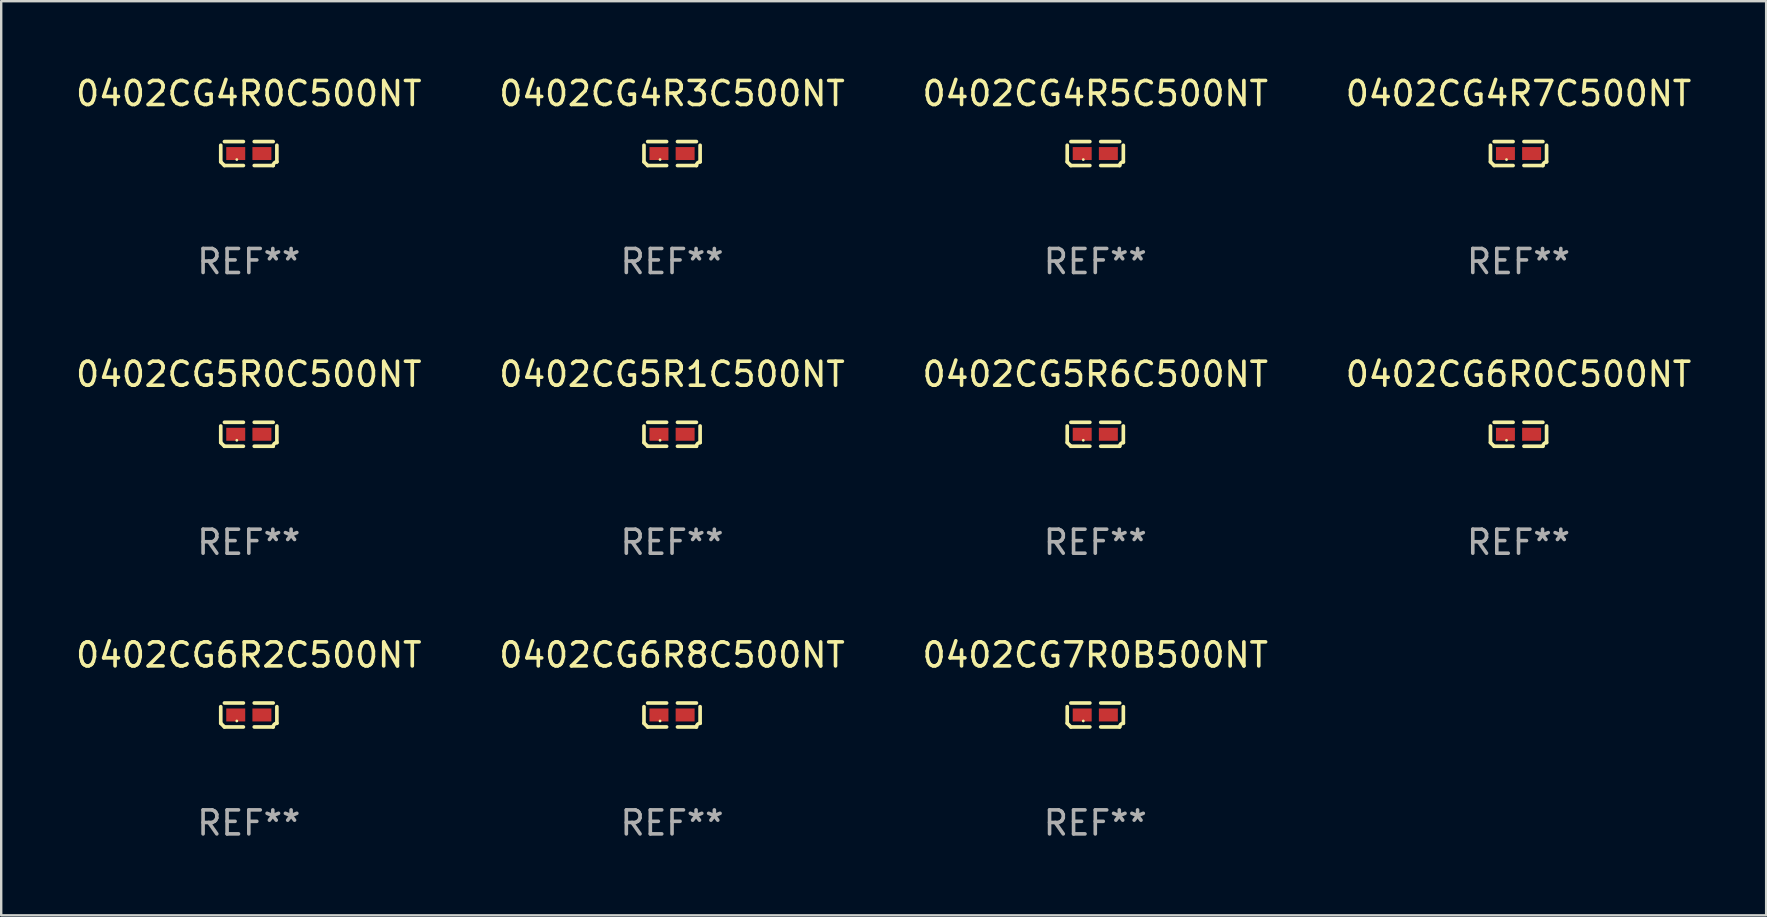
<source format=kicad_pcb>
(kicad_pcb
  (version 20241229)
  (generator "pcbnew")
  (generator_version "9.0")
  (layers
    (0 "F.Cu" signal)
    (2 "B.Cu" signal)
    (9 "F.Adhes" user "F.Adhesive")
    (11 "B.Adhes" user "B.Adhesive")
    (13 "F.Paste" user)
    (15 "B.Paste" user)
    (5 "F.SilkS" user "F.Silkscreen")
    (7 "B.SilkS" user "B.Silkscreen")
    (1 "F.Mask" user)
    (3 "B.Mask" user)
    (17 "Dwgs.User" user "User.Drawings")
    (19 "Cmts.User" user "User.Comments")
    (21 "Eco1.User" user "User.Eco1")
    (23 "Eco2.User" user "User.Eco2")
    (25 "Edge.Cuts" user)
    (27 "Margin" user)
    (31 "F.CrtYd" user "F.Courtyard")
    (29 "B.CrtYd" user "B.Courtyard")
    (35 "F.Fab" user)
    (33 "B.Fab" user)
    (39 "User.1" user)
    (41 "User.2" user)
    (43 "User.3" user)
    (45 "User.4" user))
  (footprint "0402CG4R0C500NT"
    (layer "F.Cu")
    (at 7.315 3.347)
    (property "Reference" "0402CG4R0C500NT" (at 0 -2.499 0) (layer "F.SilkS") (effects (font (size 1 1) (thickness 0.15))))
    (attr through_hole)
    (fp_line (start -1.169 0.346) (end -1.169 -0.346) (stroke (width 0.152) (type solid)) (layer "F.SilkS"))
    (fp_line (start -1.016 -0.499) (end -0.226 -0.499) (stroke (width 0.152) (type solid)) (layer "F.SilkS"))
    (fp_line (start -0.226 0.499) (end -1.016 0.499) (stroke (width 0.152) (type solid)) (layer "F.SilkS"))
    (fp_line (start 0.226 0.499) (end 1.016 0.499) (stroke (width 0.152) (type solid)) (layer "F.SilkS"))
    (fp_line (start 1.016 -0.499) (end 0.226 -0.499) (stroke (width 0.152) (type solid)) (layer "F.SilkS"))
    (fp_line (start 1.169 0.346) (end 1.169 -0.346) (stroke (width 0.152) (type solid)) (layer "F.SilkS"))
    (fp_arc (start -1.016307 0.498603) (mid -1.092512 0.422405) (end -1.16871 0.3462) (stroke (width 0.1524) (type solid)) (layer "F.SilkS"))
    (fp_arc (start 1.016307 0.498603) (mid 1.060899 0.390758) (end 1.168707 0.346076) (stroke (width 0.1524) (type solid)) (layer "F.SilkS"))
    (fp_circle (center -0.5 0.25) (end -0.47 0.25) (stroke (width 0.06) (type solid)) (fill no) (layer "F.SilkS"))
    (fp_text user "REF**" (at 0 4.499 0) (layer "F.Fab") (effects (font (size 1 1) (thickness 0.15))))
    (pad "1" smd rect (at -0.545 0) (size 0.79 0.54) (layers "F.Cu" "F.Mask" "F.Paste"))
    (pad "2" smd rect (at 0.545 0) (size 0.79 0.54) (layers "F.Cu" "F.Mask" "F.Paste")))
  (footprint "0402CG4R5C500NT"
    (layer "F.Cu")
    (at 42.577 3.347)
    (property "Reference" "0402CG4R5C500NT" (at 0 -2.499 0) (layer "F.SilkS") (effects (font (size 1 1) (thickness 0.15))))
    (attr through_hole)
    (fp_line (start -1.169 0.346) (end -1.169 -0.346) (stroke (width 0.152) (type solid)) (layer "F.SilkS"))
    (fp_line (start -1.016 -0.499) (end -0.226 -0.499) (stroke (width 0.152) (type solid)) (layer "F.SilkS"))
    (fp_line (start -0.226 0.499) (end -1.016 0.499) (stroke (width 0.152) (type solid)) (layer "F.SilkS"))
    (fp_line (start 0.226 0.499) (end 1.016 0.499) (stroke (width 0.152) (type solid)) (layer "F.SilkS"))
    (fp_line (start 1.016 -0.499) (end 0.226 -0.499) (stroke (width 0.152) (type solid)) (layer "F.SilkS"))
    (fp_line (start 1.169 0.346) (end 1.169 -0.346) (stroke (width 0.152) (type solid)) (layer "F.SilkS"))
    (fp_arc (start -1.016307 0.498603) (mid -1.092512 0.422405) (end -1.16871 0.3462) (stroke (width 0.1524) (type solid)) (layer "F.SilkS"))
    (fp_arc (start 1.016307 0.498603) (mid 1.060899 0.390758) (end 1.168707 0.346076) (stroke (width 0.1524) (type solid)) (layer "F.SilkS"))
    (fp_circle (center -0.5 0.25) (end -0.47 0.25) (stroke (width 0.06) (type solid)) (fill no) (layer "F.SilkS"))
    (fp_text user "REF**" (at 0 4.499 0) (layer "F.Fab") (effects (font (size 1 1) (thickness 0.15))))
    (pad "1" smd rect (at -0.545 0) (size 0.79 0.54) (layers "F.Cu" "F.Mask" "F.Paste"))
    (pad "2" smd rect (at 0.545 0) (size 0.79 0.54) (layers "F.Cu" "F.Mask" "F.Paste")))
  (footprint "0402CG6R8C500NT"
    (layer "F.Cu")
    (at 24.946 26.734)
    (property "Reference" "0402CG6R8C500NT" (at 0 -2.499 0) (layer "F.SilkS") (effects (font (size 1 1) (thickness 0.15))))
    (attr through_hole)
    (fp_line (start -1.169 0.346) (end -1.169 -0.346) (stroke (width 0.152) (type solid)) (layer "F.SilkS"))
    (fp_line (start -1.016 -0.499) (end -0.226 -0.499) (stroke (width 0.152) (type solid)) (layer "F.SilkS"))
    (fp_line (start -0.226 0.499) (end -1.016 0.499) (stroke (width 0.152) (type solid)) (layer "F.SilkS"))
    (fp_line (start 0.226 0.499) (end 1.016 0.499) (stroke (width 0.152) (type solid)) (layer "F.SilkS"))
    (fp_line (start 1.016 -0.499) (end 0.226 -0.499) (stroke (width 0.152) (type solid)) (layer "F.SilkS"))
    (fp_line (start 1.169 0.346) (end 1.169 -0.346) (stroke (width 0.152) (type solid)) (layer "F.SilkS"))
    (fp_arc (start -1.016307 0.498603) (mid -1.092512 0.422405) (end -1.16871 0.3462) (stroke (width 0.1524) (type solid)) (layer "F.SilkS"))
    (fp_arc (start 1.016307 0.498603) (mid 1.060899 0.390758) (end 1.168707 0.346076) (stroke (width 0.1524) (type solid)) (layer "F.SilkS"))
    (fp_circle (center -0.5 0.25) (end -0.47 0.25) (stroke (width 0.06) (type solid)) (fill no) (layer "F.SilkS"))
    (fp_text user "REF**" (at 0 4.499 0) (layer "F.Fab") (effects (font (size 1 1) (thickness 0.15))))
    (pad "1" smd rect (at -0.545 0) (size 0.79 0.54) (layers "F.Cu" "F.Mask" "F.Paste"))
    (pad "2" smd rect (at 0.545 0) (size 0.79 0.54) (layers "F.Cu" "F.Mask" "F.Paste")))
  (footprint "0402CG5R6C500NT"
    (layer "F.Cu")
    (at 42.577 15.041)
    (property "Reference" "0402CG5R6C500NT" (at 0 -2.499 0) (layer "F.SilkS") (effects (font (size 1 1) (thickness 0.15))))
    (attr through_hole)
    (fp_line (start -1.169 0.346) (end -1.169 -0.346) (stroke (width 0.152) (type solid)) (layer "F.SilkS"))
    (fp_line (start -1.016 -0.499) (end -0.226 -0.499) (stroke (width 0.152) (type solid)) (layer "F.SilkS"))
    (fp_line (start -0.226 0.499) (end -1.016 0.499) (stroke (width 0.152) (type solid)) (layer "F.SilkS"))
    (fp_line (start 0.226 0.499) (end 1.016 0.499) (stroke (width 0.152) (type solid)) (layer "F.SilkS"))
    (fp_line (start 1.016 -0.499) (end 0.226 -0.499) (stroke (width 0.152) (type solid)) (layer "F.SilkS"))
    (fp_line (start 1.169 0.346) (end 1.169 -0.346) (stroke (width 0.152) (type solid)) (layer "F.SilkS"))
    (fp_arc (start -1.016307 0.498603) (mid -1.092512 0.422405) (end -1.16871 0.3462) (stroke (width 0.1524) (type solid)) (layer "F.SilkS"))
    (fp_arc (start 1.016307 0.498603) (mid 1.060899 0.390758) (end 1.168707 0.346076) (stroke (width 0.1524) (type solid)) (layer "F.SilkS"))
    (fp_circle (center -0.5 0.25) (end -0.47 0.25) (stroke (width 0.06) (type solid)) (fill no) (layer "F.SilkS"))
    (fp_text user "REF**" (at 0 4.499 0) (layer "F.Fab") (effects (font (size 1 1) (thickness 0.15))))
    (pad "1" smd rect (at -0.545 0) (size 0.79 0.54) (layers "F.Cu" "F.Mask" "F.Paste"))
    (pad "2" smd rect (at 0.545 0) (size 0.79 0.54) (layers "F.Cu" "F.Mask" "F.Paste")))
  (footprint "0402CG7R0B500NT"
    (layer "F.Cu")
    (at 42.577 26.734)
    (property "Reference" "0402CG7R0B500NT" (at 0 -2.499 0) (layer "F.SilkS") (effects (font (size 1 1) (thickness 0.15))))
    (attr through_hole)
    (fp_line (start -1.169 0.346) (end -1.169 -0.346) (stroke (width 0.152) (type solid)) (layer "F.SilkS"))
    (fp_line (start -1.016 -0.499) (end -0.226 -0.499) (stroke (width 0.152) (type solid)) (layer "F.SilkS"))
    (fp_line (start -0.226 0.499) (end -1.016 0.499) (stroke (width 0.152) (type solid)) (layer "F.SilkS"))
    (fp_line (start 0.226 0.499) (end 1.016 0.499) (stroke (width 0.152) (type solid)) (layer "F.SilkS"))
    (fp_line (start 1.016 -0.499) (end 0.226 -0.499) (stroke (width 0.152) (type solid)) (layer "F.SilkS"))
    (fp_line (start 1.169 0.346) (end 1.169 -0.346) (stroke (width 0.152) (type solid)) (layer "F.SilkS"))
    (fp_arc (start -1.016307 0.498603) (mid -1.092512 0.422405) (end -1.16871 0.3462) (stroke (width 0.1524) (type solid)) (layer "F.SilkS"))
    (fp_arc (start 1.016307 0.498603) (mid 1.060899 0.390758) (end 1.168707 0.346076) (stroke (width 0.1524) (type solid)) (layer "F.SilkS"))
    (fp_circle (center -0.5 0.25) (end -0.47 0.25) (stroke (width 0.06) (type solid)) (fill no) (layer "F.SilkS"))
    (fp_text user "REF**" (at 0 4.499 0) (layer "F.Fab") (effects (font (size 1 1) (thickness 0.15))))
    (pad "1" smd rect (at -0.545 0) (size 0.79 0.54) (layers "F.Cu" "F.Mask" "F.Paste"))
    (pad "2" smd rect (at 0.545 0) (size 0.79 0.54) (layers "F.Cu" "F.Mask" "F.Paste")))
  (footprint "0402CG4R3C500NT"
    (layer "F.Cu")
    (at 24.946 3.347)
    (property "Reference" "0402CG4R3C500NT" (at 0 -2.499 0) (layer "F.SilkS") (effects (font (size 1 1) (thickness 0.15))))
    (attr through_hole)
    (fp_line (start -1.169 0.346) (end -1.169 -0.346) (stroke (width 0.152) (type solid)) (layer "F.SilkS"))
    (fp_line (start -1.016 -0.499) (end -0.226 -0.499) (stroke (width 0.152) (type solid)) (layer "F.SilkS"))
    (fp_line (start -0.226 0.499) (end -1.016 0.499) (stroke (width 0.152) (type solid)) (layer "F.SilkS"))
    (fp_line (start 0.226 0.499) (end 1.016 0.499) (stroke (width 0.152) (type solid)) (layer "F.SilkS"))
    (fp_line (start 1.016 -0.499) (end 0.226 -0.499) (stroke (width 0.152) (type solid)) (layer "F.SilkS"))
    (fp_line (start 1.169 0.346) (end 1.169 -0.346) (stroke (width 0.152) (type solid)) (layer "F.SilkS"))
    (fp_arc (start -1.016307 0.498603) (mid -1.092512 0.422405) (end -1.16871 0.3462) (stroke (width 0.1524) (type solid)) (layer "F.SilkS"))
    (fp_arc (start 1.016307 0.498603) (mid 1.060899 0.390758) (end 1.168707 0.346076) (stroke (width 0.1524) (type solid)) (layer "F.SilkS"))
    (fp_circle (center -0.5 0.25) (end -0.47 0.25) (stroke (width 0.06) (type solid)) (fill no) (layer "F.SilkS"))
    (fp_text user "REF**" (at 0 4.499 0) (layer "F.Fab") (effects (font (size 1 1) (thickness 0.15))))
    (pad "1" smd rect (at -0.545 0) (size 0.79 0.54) (layers "F.Cu" "F.Mask" "F.Paste"))
    (pad "2" smd rect (at 0.545 0) (size 0.79 0.54) (layers "F.Cu" "F.Mask" "F.Paste")))
  (footprint "0402CG6R0C500NT"
    (layer "F.Cu")
    (at 60.208 15.041)
    (property "Reference" "0402CG6R0C500NT" (at 0 -2.499 0) (layer "F.SilkS") (effects (font (size 1 1) (thickness 0.15))))
    (attr through_hole)
    (fp_line (start -1.169 0.346) (end -1.169 -0.346) (stroke (width 0.152) (type solid)) (layer "F.SilkS"))
    (fp_line (start -1.016 -0.499) (end -0.226 -0.499) (stroke (width 0.152) (type solid)) (layer "F.SilkS"))
    (fp_line (start -0.226 0.499) (end -1.016 0.499) (stroke (width 0.152) (type solid)) (layer "F.SilkS"))
    (fp_line (start 0.226 0.499) (end 1.016 0.499) (stroke (width 0.152) (type solid)) (layer "F.SilkS"))
    (fp_line (start 1.016 -0.499) (end 0.226 -0.499) (stroke (width 0.152) (type solid)) (layer "F.SilkS"))
    (fp_line (start 1.169 0.346) (end 1.169 -0.346) (stroke (width 0.152) (type solid)) (layer "F.SilkS"))
    (fp_arc (start -1.016307 0.498603) (mid -1.092512 0.422405) (end -1.16871 0.3462) (stroke (width 0.1524) (type solid)) (layer "F.SilkS"))
    (fp_arc (start 1.016307 0.498603) (mid 1.060899 0.390758) (end 1.168707 0.346076) (stroke (width 0.1524) (type solid)) (layer "F.SilkS"))
    (fp_circle (center -0.5 0.25) (end -0.47 0.25) (stroke (width 0.06) (type solid)) (fill no) (layer "F.SilkS"))
    (fp_text user "REF**" (at 0 4.499 0) (layer "F.Fab") (effects (font (size 1 1) (thickness 0.15))))
    (pad "1" smd rect (at -0.545 0) (size 0.79 0.54) (layers "F.Cu" "F.Mask" "F.Paste"))
    (pad "2" smd rect (at 0.545 0) (size 0.79 0.54) (layers "F.Cu" "F.Mask" "F.Paste")))
  (footprint "0402CG5R1C500NT"
    (layer "F.Cu")
    (at 24.946 15.041)
    (property "Reference" "0402CG5R1C500NT" (at 0 -2.499 0) (layer "F.SilkS") (effects (font (size 1 1) (thickness 0.15))))
    (attr through_hole)
    (fp_line (start -1.169 0.346) (end -1.169 -0.346) (stroke (width 0.152) (type solid)) (layer "F.SilkS"))
    (fp_line (start -1.016 -0.499) (end -0.226 -0.499) (stroke (width 0.152) (type solid)) (layer "F.SilkS"))
    (fp_line (start -0.226 0.499) (end -1.016 0.499) (stroke (width 0.152) (type solid)) (layer "F.SilkS"))
    (fp_line (start 0.226 0.499) (end 1.016 0.499) (stroke (width 0.152) (type solid)) (layer "F.SilkS"))
    (fp_line (start 1.016 -0.499) (end 0.226 -0.499) (stroke (width 0.152) (type solid)) (layer "F.SilkS"))
    (fp_line (start 1.169 0.346) (end 1.169 -0.346) (stroke (width 0.152) (type solid)) (layer "F.SilkS"))
    (fp_arc (start -1.016307 0.498603) (mid -1.092512 0.422405) (end -1.16871 0.3462) (stroke (width 0.1524) (type solid)) (layer "F.SilkS"))
    (fp_arc (start 1.016307 0.498603) (mid 1.060899 0.390758) (end 1.168707 0.346076) (stroke (width 0.1524) (type solid)) (layer "F.SilkS"))
    (fp_circle (center -0.5 0.25) (end -0.47 0.25) (stroke (width 0.06) (type solid)) (fill no) (layer "F.SilkS"))
    (fp_text user "REF**" (at 0 4.499 0) (layer "F.Fab") (effects (font (size 1 1) (thickness 0.15))))
    (pad "1" smd rect (at -0.545 0) (size 0.79 0.54) (layers "F.Cu" "F.Mask" "F.Paste"))
    (pad "2" smd rect (at 0.545 0) (size 0.79 0.54) (layers "F.Cu" "F.Mask" "F.Paste")))
  (footprint "0402CG6R2C500NT"
    (layer "F.Cu")
    (at 7.315 26.734)
    (property "Reference" "0402CG6R2C500NT" (at 0 -2.499 0) (layer "F.SilkS") (effects (font (size 1 1) (thickness 0.15))))
    (attr through_hole)
    (fp_line (start -1.169 0.346) (end -1.169 -0.346) (stroke (width 0.152) (type solid)) (layer "F.SilkS"))
    (fp_line (start -1.016 -0.499) (end -0.226 -0.499) (stroke (width 0.152) (type solid)) (layer "F.SilkS"))
    (fp_line (start -0.226 0.499) (end -1.016 0.499) (stroke (width 0.152) (type solid)) (layer "F.SilkS"))
    (fp_line (start 0.226 0.499) (end 1.016 0.499) (stroke (width 0.152) (type solid)) (layer "F.SilkS"))
    (fp_line (start 1.016 -0.499) (end 0.226 -0.499) (stroke (width 0.152) (type solid)) (layer "F.SilkS"))
    (fp_line (start 1.169 0.346) (end 1.169 -0.346) (stroke (width 0.152) (type solid)) (layer "F.SilkS"))
    (fp_arc (start -1.016307 0.498603) (mid -1.092512 0.422405) (end -1.16871 0.3462) (stroke (width 0.1524) (type solid)) (layer "F.SilkS"))
    (fp_arc (start 1.016307 0.498603) (mid 1.060899 0.390758) (end 1.168707 0.346076) (stroke (width 0.1524) (type solid)) (layer "F.SilkS"))
    (fp_circle (center -0.5 0.25) (end -0.47 0.25) (stroke (width 0.06) (type solid)) (fill no) (layer "F.SilkS"))
    (fp_text user "REF**" (at 0 4.499 0) (layer "F.Fab") (effects (font (size 1 1) (thickness 0.15))))
    (pad "1" smd rect (at -0.545 0) (size 0.79 0.54) (layers "F.Cu" "F.Mask" "F.Paste"))
    (pad "2" smd rect (at 0.545 0) (size 0.79 0.54) (layers "F.Cu" "F.Mask" "F.Paste")))
  (footprint "0402CG4R7C500NT"
    (layer "F.Cu")
    (at 60.208 3.347)
    (property "Reference" "0402CG4R7C500NT" (at 0 -2.499 0) (layer "F.SilkS") (effects (font (size 1 1) (thickness 0.15))))
    (attr through_hole)
    (fp_line (start -1.169 0.346) (end -1.169 -0.346) (stroke (width 0.152) (type solid)) (layer "F.SilkS"))
    (fp_line (start -1.016 -0.499) (end -0.226 -0.499) (stroke (width 0.152) (type solid)) (layer "F.SilkS"))
    (fp_line (start -0.226 0.499) (end -1.016 0.499) (stroke (width 0.152) (type solid)) (layer "F.SilkS"))
    (fp_line (start 0.226 0.499) (end 1.016 0.499) (stroke (width 0.152) (type solid)) (layer "F.SilkS"))
    (fp_line (start 1.016 -0.499) (end 0.226 -0.499) (stroke (width 0.152) (type solid)) (layer "F.SilkS"))
    (fp_line (start 1.169 0.346) (end 1.169 -0.346) (stroke (width 0.152) (type solid)) (layer "F.SilkS"))
    (fp_arc (start -1.016307 0.498603) (mid -1.092512 0.422405) (end -1.16871 0.3462) (stroke (width 0.1524) (type solid)) (layer "F.SilkS"))
    (fp_arc (start 1.016307 0.498603) (mid 1.060899 0.390758) (end 1.168707 0.346076) (stroke (width 0.1524) (type solid)) (layer "F.SilkS"))
    (fp_circle (center -0.5 0.25) (end -0.47 0.25) (stroke (width 0.06) (type solid)) (fill no) (layer "F.SilkS"))
    (fp_text user "REF**" (at 0 4.499 0) (layer "F.Fab") (effects (font (size 1 1) (thickness 0.15))))
    (pad "1" smd rect (at -0.545 0) (size 0.79 0.54) (layers "F.Cu" "F.Mask" "F.Paste"))
    (pad "2" smd rect (at 0.545 0) (size 0.79 0.54) (layers "F.Cu" "F.Mask" "F.Paste")))
  (footprint "0402CG5R0C500NT"
    (layer "F.Cu")
    (at 7.315 15.041)
    (property "Reference" "0402CG5R0C500NT" (at 0 -2.499 0) (layer "F.SilkS") (effects (font (size 1 1) (thickness 0.15))))
    (attr through_hole)
    (fp_line (start -1.169 0.346) (end -1.169 -0.346) (stroke (width 0.152) (type solid)) (layer "F.SilkS"))
    (fp_line (start -1.016 -0.499) (end -0.226 -0.499) (stroke (width 0.152) (type solid)) (layer "F.SilkS"))
    (fp_line (start -0.226 0.499) (end -1.016 0.499) (stroke (width 0.152) (type solid)) (layer "F.SilkS"))
    (fp_line (start 0.226 0.499) (end 1.016 0.499) (stroke (width 0.152) (type solid)) (layer "F.SilkS"))
    (fp_line (start 1.016 -0.499) (end 0.226 -0.499) (stroke (width 0.152) (type solid)) (layer "F.SilkS"))
    (fp_line (start 1.169 0.346) (end 1.169 -0.346) (stroke (width 0.152) (type solid)) (layer "F.SilkS"))
    (fp_arc (start -1.016307 0.498603) (mid -1.092512 0.422405) (end -1.16871 0.3462) (stroke (width 0.1524) (type solid)) (layer "F.SilkS"))
    (fp_arc (start 1.016307 0.498603) (mid 1.060899 0.390758) (end 1.168707 0.346076) (stroke (width 0.1524) (type solid)) (layer "F.SilkS"))
    (fp_circle (center -0.5 0.25) (end -0.47 0.25) (stroke (width 0.06) (type solid)) (fill no) (layer "F.SilkS"))
    (fp_text user "REF**" (at 0 4.499 0) (layer "F.Fab") (effects (font (size 1 1) (thickness 0.15))))
    (pad "1" smd rect (at -0.545 0) (size 0.79 0.54) (layers "F.Cu" "F.Mask" "F.Paste"))
    (pad "2" smd rect (at 0.545 0) (size 0.79 0.54) (layers "F.Cu" "F.Mask" "F.Paste")))
  (gr_rect
    (start -3 -3)
    (end 70.524 35.081)
    (stroke (width 0.1) (type default))
    (fill no)
    (layer "Edge.Cuts")))
</source>
